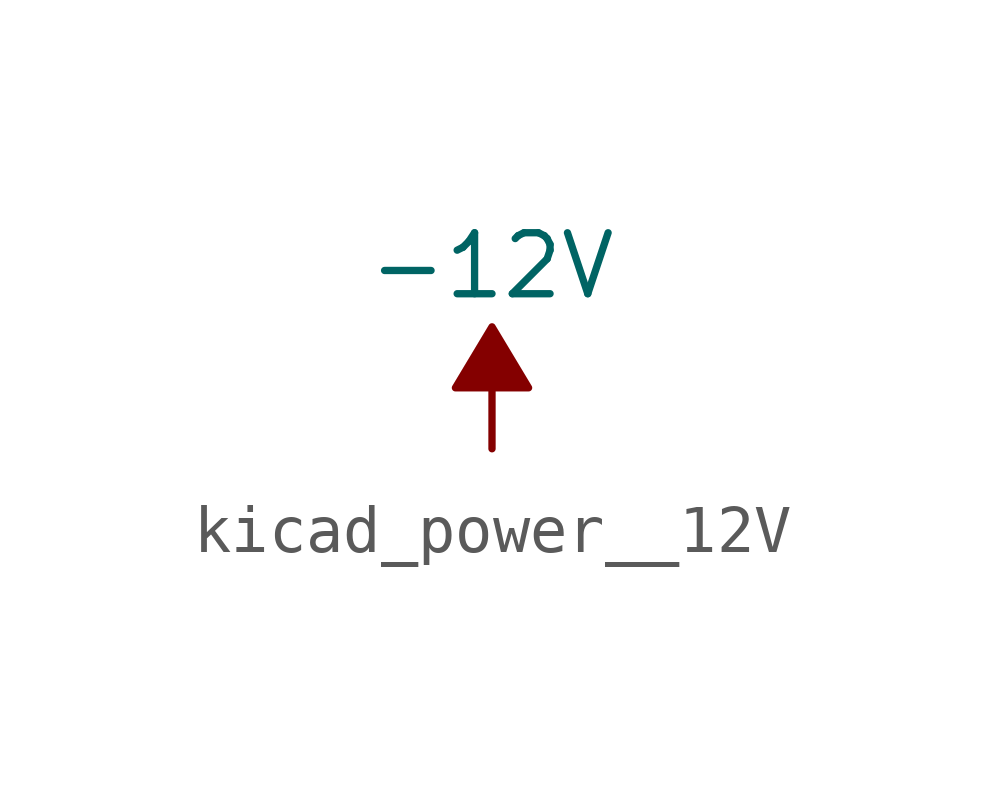
<source format=kicad_sym>
(kicad_symbol_lib
  (version 20220914)
  (generator kicad_symbol_editor)
  (symbol "kicad_power__12V"
    (power)
    (pin_names
      (offset 0))
    (property "Reference" "#PWR"
      (at 0 2.54 0)
      (effects (font (size 1.27 1.27)) hide))
    (property "Value" "-12V"
      (at 0 3.81 0)
      (effects (font (size 1.27 1.27))))
    (symbol "kicad_power__12V_0_0"
      (pin power_in line (at 0 0 90) (length 0) hide (name "-12V" (effects (font (size 1.27 1.27)))) (number "1" (effects (font (size 1.27 1.27))))))
    (symbol "kicad_power__12V_0_1"
      (polyline (pts (xy 0 0) (xy 0 1.27) (xy 0.762 1.27) (xy 0 2.54) (xy -0.762 1.27) (xy 0 1.27)) (stroke (width 0) (type default)) (fill (type outline))))))
</source>
